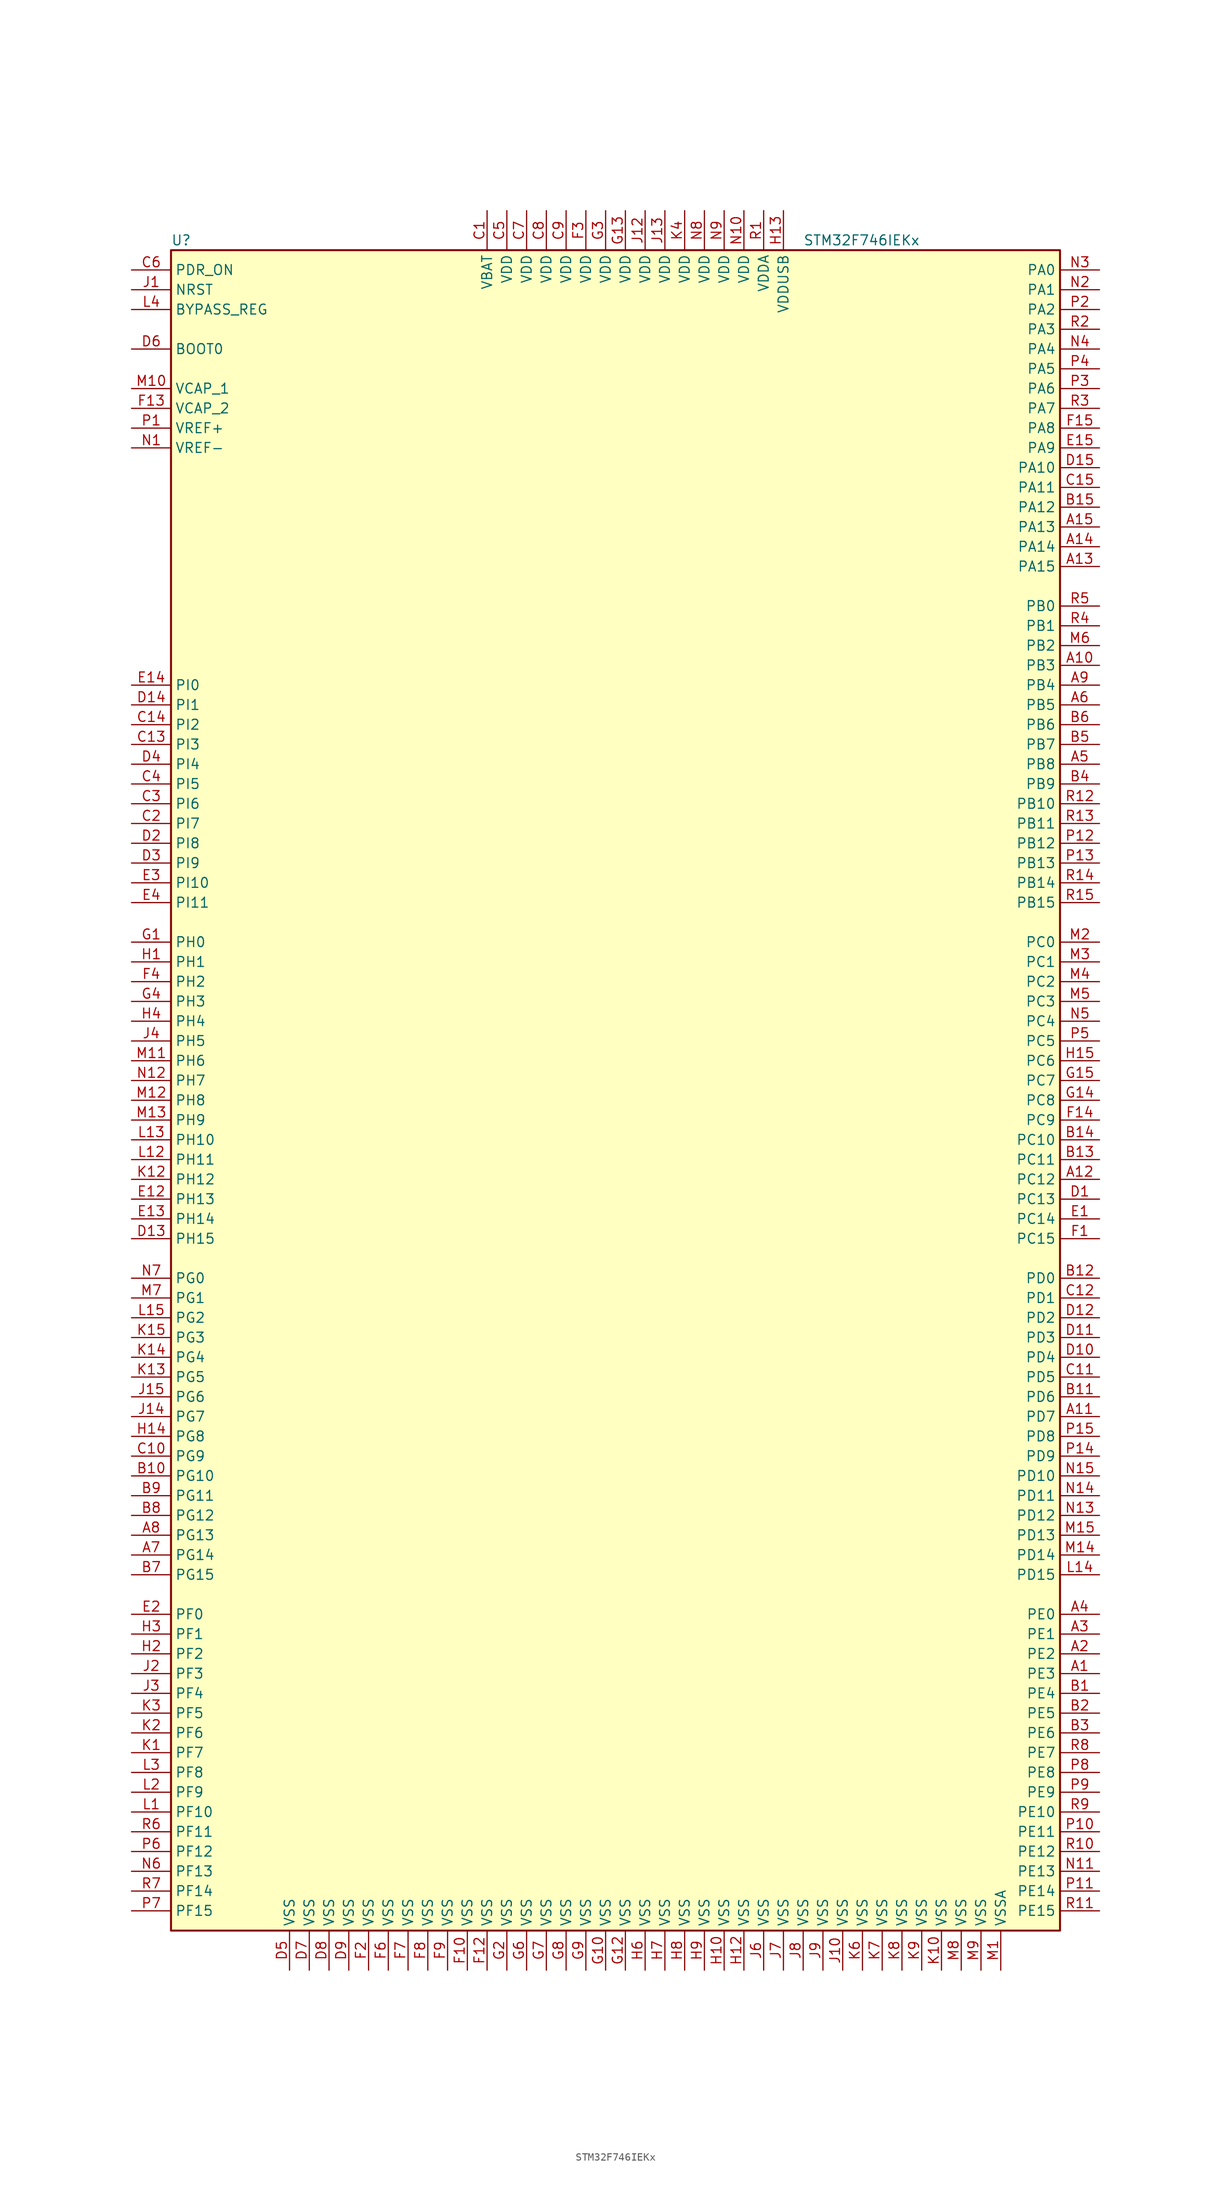
<source format=kicad_sym>
(kicad_symbol_lib
  (version 20201005)
  (generator kicad_symbol_editor)
  (symbol "STM32F746IEKx"
    (property "Reference" "U"
      (at -58.42 107.95 0)
      (effects (font (size 1.27 1.27)) (justify left)))
    (property "Value" "STM32F746IEKx"
      (at 22.86 107.95 0)
      (effects (font (size 1.27 1.27)) (justify left)))
    (symbol "STM32F746IEKx_0_1"
      (rectangle (start -58.42 -109.22) (end 55.88 106.68) (stroke (width 0.254)) (fill (type background))))
    (symbol "STM32F746IEKx_1_1"
      (pin bidirectional line (at 60.96 -76.2 180) (length 5.08) (name "PE3" (effects (font (size 1.27 1.27)))) (number "A1" (effects (font (size 1.27 1.27)))))
      (pin bidirectional line (at 60.96 53.34 180) (length 5.08) (name "PB3" (effects (font (size 1.27 1.27)))) (number "A10" (effects (font (size 1.27 1.27)))))
      (pin bidirectional line (at 60.96 -43.18 180) (length 5.08) (name "PD7" (effects (font (size 1.27 1.27)))) (number "A11" (effects (font (size 1.27 1.27)))))
      (pin bidirectional line (at 60.96 -12.7 180) (length 5.08) (name "PC12" (effects (font (size 1.27 1.27)))) (number "A12" (effects (font (size 1.27 1.27)))))
      (pin bidirectional line (at 60.96 66.04 180) (length 5.08) (name "PA15" (effects (font (size 1.27 1.27)))) (number "A13" (effects (font (size 1.27 1.27)))))
      (pin bidirectional line (at 60.96 68.58 180) (length 5.08) (name "PA14" (effects (font (size 1.27 1.27)))) (number "A14" (effects (font (size 1.27 1.27)))))
      (pin bidirectional line (at 60.96 71.12 180) (length 5.08) (name "PA13" (effects (font (size 1.27 1.27)))) (number "A15" (effects (font (size 1.27 1.27)))))
      (pin bidirectional line (at 60.96 -73.66 180) (length 5.08) (name "PE2" (effects (font (size 1.27 1.27)))) (number "A2" (effects (font (size 1.27 1.27)))))
      (pin bidirectional line (at 60.96 -71.12 180) (length 5.08) (name "PE1" (effects (font (size 1.27 1.27)))) (number "A3" (effects (font (size 1.27 1.27)))))
      (pin bidirectional line (at 60.96 -68.58 180) (length 5.08) (name "PE0" (effects (font (size 1.27 1.27)))) (number "A4" (effects (font (size 1.27 1.27)))))
      (pin bidirectional line (at 60.96 40.64 180) (length 5.08) (name "PB8" (effects (font (size 1.27 1.27)))) (number "A5" (effects (font (size 1.27 1.27)))))
      (pin bidirectional line (at 60.96 48.26 180) (length 5.08) (name "PB5" (effects (font (size 1.27 1.27)))) (number "A6" (effects (font (size 1.27 1.27)))))
      (pin bidirectional line (at -63.5 -60.96 0) (length 5.08) (name "PG14" (effects (font (size 1.27 1.27)))) (number "A7" (effects (font (size 1.27 1.27)))))
      (pin bidirectional line (at -63.5 -58.42 0) (length 5.08) (name "PG13" (effects (font (size 1.27 1.27)))) (number "A8" (effects (font (size 1.27 1.27)))))
      (pin bidirectional line (at 60.96 50.8 180) (length 5.08) (name "PB4" (effects (font (size 1.27 1.27)))) (number "A9" (effects (font (size 1.27 1.27)))))
      (pin bidirectional line (at 60.96 -78.74 180) (length 5.08) (name "PE4" (effects (font (size 1.27 1.27)))) (number "B1" (effects (font (size 1.27 1.27)))))
      (pin bidirectional line (at -63.5 -50.8 0) (length 5.08) (name "PG10" (effects (font (size 1.27 1.27)))) (number "B10" (effects (font (size 1.27 1.27)))))
      (pin bidirectional line (at 60.96 -40.64 180) (length 5.08) (name "PD6" (effects (font (size 1.27 1.27)))) (number "B11" (effects (font (size 1.27 1.27)))))
      (pin bidirectional line (at 60.96 -25.4 180) (length 5.08) (name "PD0" (effects (font (size 1.27 1.27)))) (number "B12" (effects (font (size 1.27 1.27)))))
      (pin bidirectional line (at 60.96 -10.16 180) (length 5.08) (name "PC11" (effects (font (size 1.27 1.27)))) (number "B13" (effects (font (size 1.27 1.27)))))
      (pin bidirectional line (at 60.96 -7.62 180) (length 5.08) (name "PC10" (effects (font (size 1.27 1.27)))) (number "B14" (effects (font (size 1.27 1.27)))))
      (pin bidirectional line (at 60.96 73.66 180) (length 5.08) (name "PA12" (effects (font (size 1.27 1.27)))) (number "B15" (effects (font (size 1.27 1.27)))))
      (pin bidirectional line (at 60.96 -81.28 180) (length 5.08) (name "PE5" (effects (font (size 1.27 1.27)))) (number "B2" (effects (font (size 1.27 1.27)))))
      (pin bidirectional line (at 60.96 -83.82 180) (length 5.08) (name "PE6" (effects (font (size 1.27 1.27)))) (number "B3" (effects (font (size 1.27 1.27)))))
      (pin bidirectional line (at 60.96 38.1 180) (length 5.08) (name "PB9" (effects (font (size 1.27 1.27)))) (number "B4" (effects (font (size 1.27 1.27)))))
      (pin bidirectional line (at 60.96 43.18 180) (length 5.08) (name "PB7" (effects (font (size 1.27 1.27)))) (number "B5" (effects (font (size 1.27 1.27)))))
      (pin bidirectional line (at 60.96 45.72 180) (length 5.08) (name "PB6" (effects (font (size 1.27 1.27)))) (number "B6" (effects (font (size 1.27 1.27)))))
      (pin bidirectional line (at -63.5 -63.5 0) (length 5.08) (name "PG15" (effects (font (size 1.27 1.27)))) (number "B7" (effects (font (size 1.27 1.27)))))
      (pin bidirectional line (at -63.5 -55.88 0) (length 5.08) (name "PG12" (effects (font (size 1.27 1.27)))) (number "B8" (effects (font (size 1.27 1.27)))))
      (pin bidirectional line (at -63.5 -53.34 0) (length 5.08) (name "PG11" (effects (font (size 1.27 1.27)))) (number "B9" (effects (font (size 1.27 1.27)))))
      (pin power_in line (at -17.78 111.76 270) (length 5.08) (name "VBAT" (effects (font (size 1.27 1.27)))) (number "C1" (effects (font (size 1.27 1.27)))))
      (pin bidirectional line (at -63.5 -48.26 0) (length 5.08) (name "PG9" (effects (font (size 1.27 1.27)))) (number "C10" (effects (font (size 1.27 1.27)))))
      (pin bidirectional line (at 60.96 -38.1 180) (length 5.08) (name "PD5" (effects (font (size 1.27 1.27)))) (number "C11" (effects (font (size 1.27 1.27)))))
      (pin bidirectional line (at 60.96 -27.94 180) (length 5.08) (name "PD1" (effects (font (size 1.27 1.27)))) (number "C12" (effects (font (size 1.27 1.27)))))
      (pin bidirectional line (at -63.5 43.18 0) (length 5.08) (name "PI3" (effects (font (size 1.27 1.27)))) (number "C13" (effects (font (size 1.27 1.27)))))
      (pin bidirectional line (at -63.5 45.72 0) (length 5.08) (name "PI2" (effects (font (size 1.27 1.27)))) (number "C14" (effects (font (size 1.27 1.27)))))
      (pin bidirectional line (at 60.96 76.2 180) (length 5.08) (name "PA11" (effects (font (size 1.27 1.27)))) (number "C15" (effects (font (size 1.27 1.27)))))
      (pin bidirectional line (at -63.5 33.02 0) (length 5.08) (name "PI7" (effects (font (size 1.27 1.27)))) (number "C2" (effects (font (size 1.27 1.27)))))
      (pin bidirectional line (at -63.5 35.56 0) (length 5.08) (name "PI6" (effects (font (size 1.27 1.27)))) (number "C3" (effects (font (size 1.27 1.27)))))
      (pin bidirectional line (at -63.5 38.1 0) (length 5.08) (name "PI5" (effects (font (size 1.27 1.27)))) (number "C4" (effects (font (size 1.27 1.27)))))
      (pin power_in line (at -15.24 111.76 270) (length 5.08) (name "VDD" (effects (font (size 1.27 1.27)))) (number "C5" (effects (font (size 1.27 1.27)))))
      (pin input line (at -63.5 104.14 0) (length 5.08) (name "PDR_ON" (effects (font (size 1.27 1.27)))) (number "C6" (effects (font (size 1.27 1.27)))))
      (pin power_in line (at -12.7 111.76 270) (length 5.08) (name "VDD" (effects (font (size 1.27 1.27)))) (number "C7" (effects (font (size 1.27 1.27)))))
      (pin power_in line (at -10.16 111.76 270) (length 5.08) (name "VDD" (effects (font (size 1.27 1.27)))) (number "C8" (effects (font (size 1.27 1.27)))))
      (pin power_in line (at -7.62 111.76 270) (length 5.08) (name "VDD" (effects (font (size 1.27 1.27)))) (number "C9" (effects (font (size 1.27 1.27)))))
      (pin bidirectional line (at 60.96 -15.24 180) (length 5.08) (name "PC13" (effects (font (size 1.27 1.27)))) (number "D1" (effects (font (size 1.27 1.27)))))
      (pin bidirectional line (at 60.96 -35.56 180) (length 5.08) (name "PD4" (effects (font (size 1.27 1.27)))) (number "D10" (effects (font (size 1.27 1.27)))))
      (pin bidirectional line (at 60.96 -33.02 180) (length 5.08) (name "PD3" (effects (font (size 1.27 1.27)))) (number "D11" (effects (font (size 1.27 1.27)))))
      (pin bidirectional line (at 60.96 -30.48 180) (length 5.08) (name "PD2" (effects (font (size 1.27 1.27)))) (number "D12" (effects (font (size 1.27 1.27)))))
      (pin bidirectional line (at -63.5 -20.32 0) (length 5.08) (name "PH15" (effects (font (size 1.27 1.27)))) (number "D13" (effects (font (size 1.27 1.27)))))
      (pin bidirectional line (at -63.5 48.26 0) (length 5.08) (name "PI1" (effects (font (size 1.27 1.27)))) (number "D14" (effects (font (size 1.27 1.27)))))
      (pin bidirectional line (at 60.96 78.74 180) (length 5.08) (name "PA10" (effects (font (size 1.27 1.27)))) (number "D15" (effects (font (size 1.27 1.27)))))
      (pin bidirectional line (at -63.5 30.48 0) (length 5.08) (name "PI8" (effects (font (size 1.27 1.27)))) (number "D2" (effects (font (size 1.27 1.27)))))
      (pin bidirectional line (at -63.5 27.94 0) (length 5.08) (name "PI9" (effects (font (size 1.27 1.27)))) (number "D3" (effects (font (size 1.27 1.27)))))
      (pin bidirectional line (at -63.5 40.64 0) (length 5.08) (name "PI4" (effects (font (size 1.27 1.27)))) (number "D4" (effects (font (size 1.27 1.27)))))
      (pin power_in line (at -43.18 -114.3 90) (length 5.08) (name "VSS" (effects (font (size 1.27 1.27)))) (number "D5" (effects (font (size 1.27 1.27)))))
      (pin input line (at -63.5 93.98 0) (length 5.08) (name "BOOT0" (effects (font (size 1.27 1.27)))) (number "D6" (effects (font (size 1.27 1.27)))))
      (pin power_in line (at -40.64 -114.3 90) (length 5.08) (name "VSS" (effects (font (size 1.27 1.27)))) (number "D7" (effects (font (size 1.27 1.27)))))
      (pin power_in line (at -38.1 -114.3 90) (length 5.08) (name "VSS" (effects (font (size 1.27 1.27)))) (number "D8" (effects (font (size 1.27 1.27)))))
      (pin power_in line (at -35.56 -114.3 90) (length 5.08) (name "VSS" (effects (font (size 1.27 1.27)))) (number "D9" (effects (font (size 1.27 1.27)))))
      (pin bidirectional line (at 60.96 -17.78 180) (length 5.08) (name "PC14" (effects (font (size 1.27 1.27)))) (number "E1" (effects (font (size 1.27 1.27)))))
      (pin bidirectional line (at -63.5 -15.24 0) (length 5.08) (name "PH13" (effects (font (size 1.27 1.27)))) (number "E12" (effects (font (size 1.27 1.27)))))
      (pin bidirectional line (at -63.5 -17.78 0) (length 5.08) (name "PH14" (effects (font (size 1.27 1.27)))) (number "E13" (effects (font (size 1.27 1.27)))))
      (pin bidirectional line (at -63.5 50.8 0) (length 5.08) (name "PI0" (effects (font (size 1.27 1.27)))) (number "E14" (effects (font (size 1.27 1.27)))))
      (pin bidirectional line (at 60.96 81.28 180) (length 5.08) (name "PA9" (effects (font (size 1.27 1.27)))) (number "E15" (effects (font (size 1.27 1.27)))))
      (pin bidirectional line (at -63.5 -68.58 0) (length 5.08) (name "PF0" (effects (font (size 1.27 1.27)))) (number "E2" (effects (font (size 1.27 1.27)))))
      (pin bidirectional line (at -63.5 25.4 0) (length 5.08) (name "PI10" (effects (font (size 1.27 1.27)))) (number "E3" (effects (font (size 1.27 1.27)))))
      (pin bidirectional line (at -63.5 22.86 0) (length 5.08) (name "PI11" (effects (font (size 1.27 1.27)))) (number "E4" (effects (font (size 1.27 1.27)))))
      (pin bidirectional line (at 60.96 -20.32 180) (length 5.08) (name "PC15" (effects (font (size 1.27 1.27)))) (number "F1" (effects (font (size 1.27 1.27)))))
      (pin power_in line (at -20.32 -114.3 90) (length 5.08) (name "VSS" (effects (font (size 1.27 1.27)))) (number "F10" (effects (font (size 1.27 1.27)))))
      (pin power_in line (at -17.78 -114.3 90) (length 5.08) (name "VSS" (effects (font (size 1.27 1.27)))) (number "F12" (effects (font (size 1.27 1.27)))))
      (pin power_in line (at -63.5 86.36 0) (length 5.08) (name "VCAP_2" (effects (font (size 1.27 1.27)))) (number "F13" (effects (font (size 1.27 1.27)))))
      (pin bidirectional line (at 60.96 -5.08 180) (length 5.08) (name "PC9" (effects (font (size 1.27 1.27)))) (number "F14" (effects (font (size 1.27 1.27)))))
      (pin bidirectional line (at 60.96 83.82 180) (length 5.08) (name "PA8" (effects (font (size 1.27 1.27)))) (number "F15" (effects (font (size 1.27 1.27)))))
      (pin power_in line (at -33.02 -114.3 90) (length 5.08) (name "VSS" (effects (font (size 1.27 1.27)))) (number "F2" (effects (font (size 1.27 1.27)))))
      (pin power_in line (at -5.08 111.76 270) (length 5.08) (name "VDD" (effects (font (size 1.27 1.27)))) (number "F3" (effects (font (size 1.27 1.27)))))
      (pin bidirectional line (at -63.5 12.7 0) (length 5.08) (name "PH2" (effects (font (size 1.27 1.27)))) (number "F4" (effects (font (size 1.27 1.27)))))
      (pin power_in line (at -30.48 -114.3 90) (length 5.08) (name "VSS" (effects (font (size 1.27 1.27)))) (number "F6" (effects (font (size 1.27 1.27)))))
      (pin power_in line (at -27.94 -114.3 90) (length 5.08) (name "VSS" (effects (font (size 1.27 1.27)))) (number "F7" (effects (font (size 1.27 1.27)))))
      (pin power_in line (at -25.4 -114.3 90) (length 5.08) (name "VSS" (effects (font (size 1.27 1.27)))) (number "F8" (effects (font (size 1.27 1.27)))))
      (pin power_in line (at -22.86 -114.3 90) (length 5.08) (name "VSS" (effects (font (size 1.27 1.27)))) (number "F9" (effects (font (size 1.27 1.27)))))
      (pin input line (at -63.5 17.78 0) (length 5.08) (name "PH0" (effects (font (size 1.27 1.27)))) (number "G1" (effects (font (size 1.27 1.27)))))
      (pin power_in line (at -2.54 -114.3 90) (length 5.08) (name "VSS" (effects (font (size 1.27 1.27)))) (number "G10" (effects (font (size 1.27 1.27)))))
      (pin power_in line (at 0 -114.3 90) (length 5.08) (name "VSS" (effects (font (size 1.27 1.27)))) (number "G12" (effects (font (size 1.27 1.27)))))
      (pin power_in line (at 0 111.76 270) (length 5.08) (name "VDD" (effects (font (size 1.27 1.27)))) (number "G13" (effects (font (size 1.27 1.27)))))
      (pin bidirectional line (at 60.96 -2.54 180) (length 5.08) (name "PC8" (effects (font (size 1.27 1.27)))) (number "G14" (effects (font (size 1.27 1.27)))))
      (pin bidirectional line (at 60.96 0 180) (length 5.08) (name "PC7" (effects (font (size 1.27 1.27)))) (number "G15" (effects (font (size 1.27 1.27)))))
      (pin power_in line (at -15.24 -114.3 90) (length 5.08) (name "VSS" (effects (font (size 1.27 1.27)))) (number "G2" (effects (font (size 1.27 1.27)))))
      (pin power_in line (at -2.54 111.76 270) (length 5.08) (name "VDD" (effects (font (size 1.27 1.27)))) (number "G3" (effects (font (size 1.27 1.27)))))
      (pin bidirectional line (at -63.5 10.16 0) (length 5.08) (name "PH3" (effects (font (size 1.27 1.27)))) (number "G4" (effects (font (size 1.27 1.27)))))
      (pin power_in line (at -12.7 -114.3 90) (length 5.08) (name "VSS" (effects (font (size 1.27 1.27)))) (number "G6" (effects (font (size 1.27 1.27)))))
      (pin power_in line (at -10.16 -114.3 90) (length 5.08) (name "VSS" (effects (font (size 1.27 1.27)))) (number "G7" (effects (font (size 1.27 1.27)))))
      (pin power_in line (at -7.62 -114.3 90) (length 5.08) (name "VSS" (effects (font (size 1.27 1.27)))) (number "G8" (effects (font (size 1.27 1.27)))))
      (pin power_in line (at -5.08 -114.3 90) (length 5.08) (name "VSS" (effects (font (size 1.27 1.27)))) (number "G9" (effects (font (size 1.27 1.27)))))
      (pin input line (at -63.5 15.24 0) (length 5.08) (name "PH1" (effects (font (size 1.27 1.27)))) (number "H1" (effects (font (size 1.27 1.27)))))
      (pin power_in line (at 12.7 -114.3 90) (length 5.08) (name "VSS" (effects (font (size 1.27 1.27)))) (number "H10" (effects (font (size 1.27 1.27)))))
      (pin power_in line (at 15.24 -114.3 90) (length 5.08) (name "VSS" (effects (font (size 1.27 1.27)))) (number "H12" (effects (font (size 1.27 1.27)))))
      (pin power_in line (at 20.32 111.76 270) (length 5.08) (name "VDDUSB" (effects (font (size 1.27 1.27)))) (number "H13" (effects (font (size 1.27 1.27)))))
      (pin bidirectional line (at -63.5 -45.72 0) (length 5.08) (name "PG8" (effects (font (size 1.27 1.27)))) (number "H14" (effects (font (size 1.27 1.27)))))
      (pin bidirectional line (at 60.96 2.54 180) (length 5.08) (name "PC6" (effects (font (size 1.27 1.27)))) (number "H15" (effects (font (size 1.27 1.27)))))
      (pin bidirectional line (at -63.5 -73.66 0) (length 5.08) (name "PF2" (effects (font (size 1.27 1.27)))) (number "H2" (effects (font (size 1.27 1.27)))))
      (pin bidirectional line (at -63.5 -71.12 0) (length 5.08) (name "PF1" (effects (font (size 1.27 1.27)))) (number "H3" (effects (font (size 1.27 1.27)))))
      (pin bidirectional line (at -63.5 7.62 0) (length 5.08) (name "PH4" (effects (font (size 1.27 1.27)))) (number "H4" (effects (font (size 1.27 1.27)))))
      (pin power_in line (at 2.54 -114.3 90) (length 5.08) (name "VSS" (effects (font (size 1.27 1.27)))) (number "H6" (effects (font (size 1.27 1.27)))))
      (pin power_in line (at 5.08 -114.3 90) (length 5.08) (name "VSS" (effects (font (size 1.27 1.27)))) (number "H7" (effects (font (size 1.27 1.27)))))
      (pin power_in line (at 7.62 -114.3 90) (length 5.08) (name "VSS" (effects (font (size 1.27 1.27)))) (number "H8" (effects (font (size 1.27 1.27)))))
      (pin power_in line (at 10.16 -114.3 90) (length 5.08) (name "VSS" (effects (font (size 1.27 1.27)))) (number "H9" (effects (font (size 1.27 1.27)))))
      (pin input line (at -63.5 101.6 0) (length 5.08) (name "NRST" (effects (font (size 1.27 1.27)))) (number "J1" (effects (font (size 1.27 1.27)))))
      (pin power_in line (at 27.94 -114.3 90) (length 5.08) (name "VSS" (effects (font (size 1.27 1.27)))) (number "J10" (effects (font (size 1.27 1.27)))))
      (pin power_in line (at 2.54 111.76 270) (length 5.08) (name "VDD" (effects (font (size 1.27 1.27)))) (number "J12" (effects (font (size 1.27 1.27)))))
      (pin power_in line (at 5.08 111.76 270) (length 5.08) (name "VDD" (effects (font (size 1.27 1.27)))) (number "J13" (effects (font (size 1.27 1.27)))))
      (pin bidirectional line (at -63.5 -43.18 0) (length 5.08) (name "PG7" (effects (font (size 1.27 1.27)))) (number "J14" (effects (font (size 1.27 1.27)))))
      (pin bidirectional line (at -63.5 -40.64 0) (length 5.08) (name "PG6" (effects (font (size 1.27 1.27)))) (number "J15" (effects (font (size 1.27 1.27)))))
      (pin bidirectional line (at -63.5 -76.2 0) (length 5.08) (name "PF3" (effects (font (size 1.27 1.27)))) (number "J2" (effects (font (size 1.27 1.27)))))
      (pin bidirectional line (at -63.5 -78.74 0) (length 5.08) (name "PF4" (effects (font (size 1.27 1.27)))) (number "J3" (effects (font (size 1.27 1.27)))))
      (pin bidirectional line (at -63.5 5.08 0) (length 5.08) (name "PH5" (effects (font (size 1.27 1.27)))) (number "J4" (effects (font (size 1.27 1.27)))))
      (pin power_in line (at 17.78 -114.3 90) (length 5.08) (name "VSS" (effects (font (size 1.27 1.27)))) (number "J6" (effects (font (size 1.27 1.27)))))
      (pin power_in line (at 20.32 -114.3 90) (length 5.08) (name "VSS" (effects (font (size 1.27 1.27)))) (number "J7" (effects (font (size 1.27 1.27)))))
      (pin power_in line (at 22.86 -114.3 90) (length 5.08) (name "VSS" (effects (font (size 1.27 1.27)))) (number "J8" (effects (font (size 1.27 1.27)))))
      (pin power_in line (at 25.4 -114.3 90) (length 5.08) (name "VSS" (effects (font (size 1.27 1.27)))) (number "J9" (effects (font (size 1.27 1.27)))))
      (pin bidirectional line (at -63.5 -86.36 0) (length 5.08) (name "PF7" (effects (font (size 1.27 1.27)))) (number "K1" (effects (font (size 1.27 1.27)))))
      (pin power_in line (at 40.64 -114.3 90) (length 5.08) (name "VSS" (effects (font (size 1.27 1.27)))) (number "K10" (effects (font (size 1.27 1.27)))))
      (pin bidirectional line (at -63.5 -12.7 0) (length 5.08) (name "PH12" (effects (font (size 1.27 1.27)))) (number "K12" (effects (font (size 1.27 1.27)))))
      (pin bidirectional line (at -63.5 -38.1 0) (length 5.08) (name "PG5" (effects (font (size 1.27 1.27)))) (number "K13" (effects (font (size 1.27 1.27)))))
      (pin bidirectional line (at -63.5 -35.56 0) (length 5.08) (name "PG4" (effects (font (size 1.27 1.27)))) (number "K14" (effects (font (size 1.27 1.27)))))
      (pin bidirectional line (at -63.5 -33.02 0) (length 5.08) (name "PG3" (effects (font (size 1.27 1.27)))) (number "K15" (effects (font (size 1.27 1.27)))))
      (pin bidirectional line (at -63.5 -83.82 0) (length 5.08) (name "PF6" (effects (font (size 1.27 1.27)))) (number "K2" (effects (font (size 1.27 1.27)))))
      (pin bidirectional line (at -63.5 -81.28 0) (length 5.08) (name "PF5" (effects (font (size 1.27 1.27)))) (number "K3" (effects (font (size 1.27 1.27)))))
      (pin power_in line (at 7.62 111.76 270) (length 5.08) (name "VDD" (effects (font (size 1.27 1.27)))) (number "K4" (effects (font (size 1.27 1.27)))))
      (pin power_in line (at 30.48 -114.3 90) (length 5.08) (name "VSS" (effects (font (size 1.27 1.27)))) (number "K6" (effects (font (size 1.27 1.27)))))
      (pin power_in line (at 33.02 -114.3 90) (length 5.08) (name "VSS" (effects (font (size 1.27 1.27)))) (number "K7" (effects (font (size 1.27 1.27)))))
      (pin power_in line (at 35.56 -114.3 90) (length 5.08) (name "VSS" (effects (font (size 1.27 1.27)))) (number "K8" (effects (font (size 1.27 1.27)))))
      (pin power_in line (at 38.1 -114.3 90) (length 5.08) (name "VSS" (effects (font (size 1.27 1.27)))) (number "K9" (effects (font (size 1.27 1.27)))))
      (pin bidirectional line (at -63.5 -93.98 0) (length 5.08) (name "PF10" (effects (font (size 1.27 1.27)))) (number "L1" (effects (font (size 1.27 1.27)))))
      (pin bidirectional line (at -63.5 -10.16 0) (length 5.08) (name "PH11" (effects (font (size 1.27 1.27)))) (number "L12" (effects (font (size 1.27 1.27)))))
      (pin bidirectional line (at -63.5 -7.62 0) (length 5.08) (name "PH10" (effects (font (size 1.27 1.27)))) (number "L13" (effects (font (size 1.27 1.27)))))
      (pin bidirectional line (at 60.96 -63.5 180) (length 5.08) (name "PD15" (effects (font (size 1.27 1.27)))) (number "L14" (effects (font (size 1.27 1.27)))))
      (pin bidirectional line (at -63.5 -30.48 0) (length 5.08) (name "PG2" (effects (font (size 1.27 1.27)))) (number "L15" (effects (font (size 1.27 1.27)))))
      (pin bidirectional line (at -63.5 -91.44 0) (length 5.08) (name "PF9" (effects (font (size 1.27 1.27)))) (number "L2" (effects (font (size 1.27 1.27)))))
      (pin bidirectional line (at -63.5 -88.9 0) (length 5.08) (name "PF8" (effects (font (size 1.27 1.27)))) (number "L3" (effects (font (size 1.27 1.27)))))
      (pin input line (at -63.5 99.06 0) (length 5.08) (name "BYPASS_REG" (effects (font (size 1.27 1.27)))) (number "L4" (effects (font (size 1.27 1.27)))))
      (pin power_in line (at 48.26 -114.3 90) (length 5.08) (name "VSSA" (effects (font (size 1.27 1.27)))) (number "M1" (effects (font (size 1.27 1.27)))))
      (pin power_in line (at -63.5 88.9 0) (length 5.08) (name "VCAP_1" (effects (font (size 1.27 1.27)))) (number "M10" (effects (font (size 1.27 1.27)))))
      (pin bidirectional line (at -63.5 2.54 0) (length 5.08) (name "PH6" (effects (font (size 1.27 1.27)))) (number "M11" (effects (font (size 1.27 1.27)))))
      (pin bidirectional line (at -63.5 -2.54 0) (length 5.08) (name "PH8" (effects (font (size 1.27 1.27)))) (number "M12" (effects (font (size 1.27 1.27)))))
      (pin bidirectional line (at -63.5 -5.08 0) (length 5.08) (name "PH9" (effects (font (size 1.27 1.27)))) (number "M13" (effects (font (size 1.27 1.27)))))
      (pin bidirectional line (at 60.96 -60.96 180) (length 5.08) (name "PD14" (effects (font (size 1.27 1.27)))) (number "M14" (effects (font (size 1.27 1.27)))))
      (pin bidirectional line (at 60.96 -58.42 180) (length 5.08) (name "PD13" (effects (font (size 1.27 1.27)))) (number "M15" (effects (font (size 1.27 1.27)))))
      (pin bidirectional line (at 60.96 17.78 180) (length 5.08) (name "PC0" (effects (font (size 1.27 1.27)))) (number "M2" (effects (font (size 1.27 1.27)))))
      (pin bidirectional line (at 60.96 15.24 180) (length 5.08) (name "PC1" (effects (font (size 1.27 1.27)))) (number "M3" (effects (font (size 1.27 1.27)))))
      (pin bidirectional line (at 60.96 12.7 180) (length 5.08) (name "PC2" (effects (font (size 1.27 1.27)))) (number "M4" (effects (font (size 1.27 1.27)))))
      (pin bidirectional line (at 60.96 10.16 180) (length 5.08) (name "PC3" (effects (font (size 1.27 1.27)))) (number "M5" (effects (font (size 1.27 1.27)))))
      (pin bidirectional line (at 60.96 55.88 180) (length 5.08) (name "PB2" (effects (font (size 1.27 1.27)))) (number "M6" (effects (font (size 1.27 1.27)))))
      (pin bidirectional line (at -63.5 -27.94 0) (length 5.08) (name "PG1" (effects (font (size 1.27 1.27)))) (number "M7" (effects (font (size 1.27 1.27)))))
      (pin power_in line (at 43.18 -114.3 90) (length 5.08) (name "VSS" (effects (font (size 1.27 1.27)))) (number "M8" (effects (font (size 1.27 1.27)))))
      (pin power_in line (at 45.72 -114.3 90) (length 5.08) (name "VSS" (effects (font (size 1.27 1.27)))) (number "M9" (effects (font (size 1.27 1.27)))))
      (pin power_in line (at -63.5 81.28 0) (length 5.08) (name "VREF-" (effects (font (size 1.27 1.27)))) (number "N1" (effects (font (size 1.27 1.27)))))
      (pin power_in line (at 15.24 111.76 270) (length 5.08) (name "VDD" (effects (font (size 1.27 1.27)))) (number "N10" (effects (font (size 1.27 1.27)))))
      (pin bidirectional line (at 60.96 -101.6 180) (length 5.08) (name "PE13" (effects (font (size 1.27 1.27)))) (number "N11" (effects (font (size 1.27 1.27)))))
      (pin bidirectional line (at -63.5 0 0) (length 5.08) (name "PH7" (effects (font (size 1.27 1.27)))) (number "N12" (effects (font (size 1.27 1.27)))))
      (pin bidirectional line (at 60.96 -55.88 180) (length 5.08) (name "PD12" (effects (font (size 1.27 1.27)))) (number "N13" (effects (font (size 1.27 1.27)))))
      (pin bidirectional line (at 60.96 -53.34 180) (length 5.08) (name "PD11" (effects (font (size 1.27 1.27)))) (number "N14" (effects (font (size 1.27 1.27)))))
      (pin bidirectional line (at 60.96 -50.8 180) (length 5.08) (name "PD10" (effects (font (size 1.27 1.27)))) (number "N15" (effects (font (size 1.27 1.27)))))
      (pin bidirectional line (at 60.96 101.6 180) (length 5.08) (name "PA1" (effects (font (size 1.27 1.27)))) (number "N2" (effects (font (size 1.27 1.27)))))
      (pin bidirectional line (at 60.96 104.14 180) (length 5.08) (name "PA0" (effects (font (size 1.27 1.27)))) (number "N3" (effects (font (size 1.27 1.27)))))
      (pin bidirectional line (at 60.96 93.98 180) (length 5.08) (name "PA4" (effects (font (size 1.27 1.27)))) (number "N4" (effects (font (size 1.27 1.27)))))
      (pin bidirectional line (at 60.96 7.62 180) (length 5.08) (name "PC4" (effects (font (size 1.27 1.27)))) (number "N5" (effects (font (size 1.27 1.27)))))
      (pin bidirectional line (at -63.5 -101.6 0) (length 5.08) (name "PF13" (effects (font (size 1.27 1.27)))) (number "N6" (effects (font (size 1.27 1.27)))))
      (pin bidirectional line (at -63.5 -25.4 0) (length 5.08) (name "PG0" (effects (font (size 1.27 1.27)))) (number "N7" (effects (font (size 1.27 1.27)))))
      (pin power_in line (at 10.16 111.76 270) (length 5.08) (name "VDD" (effects (font (size 1.27 1.27)))) (number "N8" (effects (font (size 1.27 1.27)))))
      (pin power_in line (at 12.7 111.76 270) (length 5.08) (name "VDD" (effects (font (size 1.27 1.27)))) (number "N9" (effects (font (size 1.27 1.27)))))
      (pin power_in line (at -63.5 83.82 0) (length 5.08) (name "VREF+" (effects (font (size 1.27 1.27)))) (number "P1" (effects (font (size 1.27 1.27)))))
      (pin bidirectional line (at 60.96 -96.52 180) (length 5.08) (name "PE11" (effects (font (size 1.27 1.27)))) (number "P10" (effects (font (size 1.27 1.27)))))
      (pin bidirectional line (at 60.96 -104.14 180) (length 5.08) (name "PE14" (effects (font (size 1.27 1.27)))) (number "P11" (effects (font (size 1.27 1.27)))))
      (pin bidirectional line (at 60.96 30.48 180) (length 5.08) (name "PB12" (effects (font (size 1.27 1.27)))) (number "P12" (effects (font (size 1.27 1.27)))))
      (pin bidirectional line (at 60.96 27.94 180) (length 5.08) (name "PB13" (effects (font (size 1.27 1.27)))) (number "P13" (effects (font (size 1.27 1.27)))))
      (pin bidirectional line (at 60.96 -48.26 180) (length 5.08) (name "PD9" (effects (font (size 1.27 1.27)))) (number "P14" (effects (font (size 1.27 1.27)))))
      (pin bidirectional line (at 60.96 -45.72 180) (length 5.08) (name "PD8" (effects (font (size 1.27 1.27)))) (number "P15" (effects (font (size 1.27 1.27)))))
      (pin bidirectional line (at 60.96 99.06 180) (length 5.08) (name "PA2" (effects (font (size 1.27 1.27)))) (number "P2" (effects (font (size 1.27 1.27)))))
      (pin bidirectional line (at 60.96 88.9 180) (length 5.08) (name "PA6" (effects (font (size 1.27 1.27)))) (number "P3" (effects (font (size 1.27 1.27)))))
      (pin bidirectional line (at 60.96 91.44 180) (length 5.08) (name "PA5" (effects (font (size 1.27 1.27)))) (number "P4" (effects (font (size 1.27 1.27)))))
      (pin bidirectional line (at 60.96 5.08 180) (length 5.08) (name "PC5" (effects (font (size 1.27 1.27)))) (number "P5" (effects (font (size 1.27 1.27)))))
      (pin bidirectional line (at -63.5 -99.06 0) (length 5.08) (name "PF12" (effects (font (size 1.27 1.27)))) (number "P6" (effects (font (size 1.27 1.27)))))
      (pin bidirectional line (at -63.5 -106.68 0) (length 5.08) (name "PF15" (effects (font (size 1.27 1.27)))) (number "P7" (effects (font (size 1.27 1.27)))))
      (pin bidirectional line (at 60.96 -88.9 180) (length 5.08) (name "PE8" (effects (font (size 1.27 1.27)))) (number "P8" (effects (font (size 1.27 1.27)))))
      (pin bidirectional line (at 60.96 -91.44 180) (length 5.08) (name "PE9" (effects (font (size 1.27 1.27)))) (number "P9" (effects (font (size 1.27 1.27)))))
      (pin power_in line (at 17.78 111.76 270) (length 5.08) (name "VDDA" (effects (font (size 1.27 1.27)))) (number "R1" (effects (font (size 1.27 1.27)))))
      (pin bidirectional line (at 60.96 -99.06 180) (length 5.08) (name "PE12" (effects (font (size 1.27 1.27)))) (number "R10" (effects (font (size 1.27 1.27)))))
      (pin bidirectional line (at 60.96 -106.68 180) (length 5.08) (name "PE15" (effects (font (size 1.27 1.27)))) (number "R11" (effects (font (size 1.27 1.27)))))
      (pin bidirectional line (at 60.96 35.56 180) (length 5.08) (name "PB10" (effects (font (size 1.27 1.27)))) (number "R12" (effects (font (size 1.27 1.27)))))
      (pin bidirectional line (at 60.96 33.02 180) (length 5.08) (name "PB11" (effects (font (size 1.27 1.27)))) (number "R13" (effects (font (size 1.27 1.27)))))
      (pin bidirectional line (at 60.96 25.4 180) (length 5.08) (name "PB14" (effects (font (size 1.27 1.27)))) (number "R14" (effects (font (size 1.27 1.27)))))
      (pin bidirectional line (at 60.96 22.86 180) (length 5.08) (name "PB15" (effects (font (size 1.27 1.27)))) (number "R15" (effects (font (size 1.27 1.27)))))
      (pin bidirectional line (at 60.96 96.52 180) (length 5.08) (name "PA3" (effects (font (size 1.27 1.27)))) (number "R2" (effects (font (size 1.27 1.27)))))
      (pin bidirectional line (at 60.96 86.36 180) (length 5.08) (name "PA7" (effects (font (size 1.27 1.27)))) (number "R3" (effects (font (size 1.27 1.27)))))
      (pin bidirectional line (at 60.96 58.42 180) (length 5.08) (name "PB1" (effects (font (size 1.27 1.27)))) (number "R4" (effects (font (size 1.27 1.27)))))
      (pin bidirectional line (at 60.96 60.96 180) (length 5.08) (name "PB0" (effects (font (size 1.27 1.27)))) (number "R5" (effects (font (size 1.27 1.27)))))
      (pin bidirectional line (at -63.5 -96.52 0) (length 5.08) (name "PF11" (effects (font (size 1.27 1.27)))) (number "R6" (effects (font (size 1.27 1.27)))))
      (pin bidirectional line (at -63.5 -104.14 0) (length 5.08) (name "PF14" (effects (font (size 1.27 1.27)))) (number "R7" (effects (font (size 1.27 1.27)))))
      (pin bidirectional line (at 60.96 -86.36 180) (length 5.08) (name "PE7" (effects (font (size 1.27 1.27)))) (number "R8" (effects (font (size 1.27 1.27)))))
      (pin bidirectional line (at 60.96 -93.98 180) (length 5.08) (name "PE10" (effects (font (size 1.27 1.27)))) (number "R9" (effects (font (size 1.27 1.27))))))))
</source>
